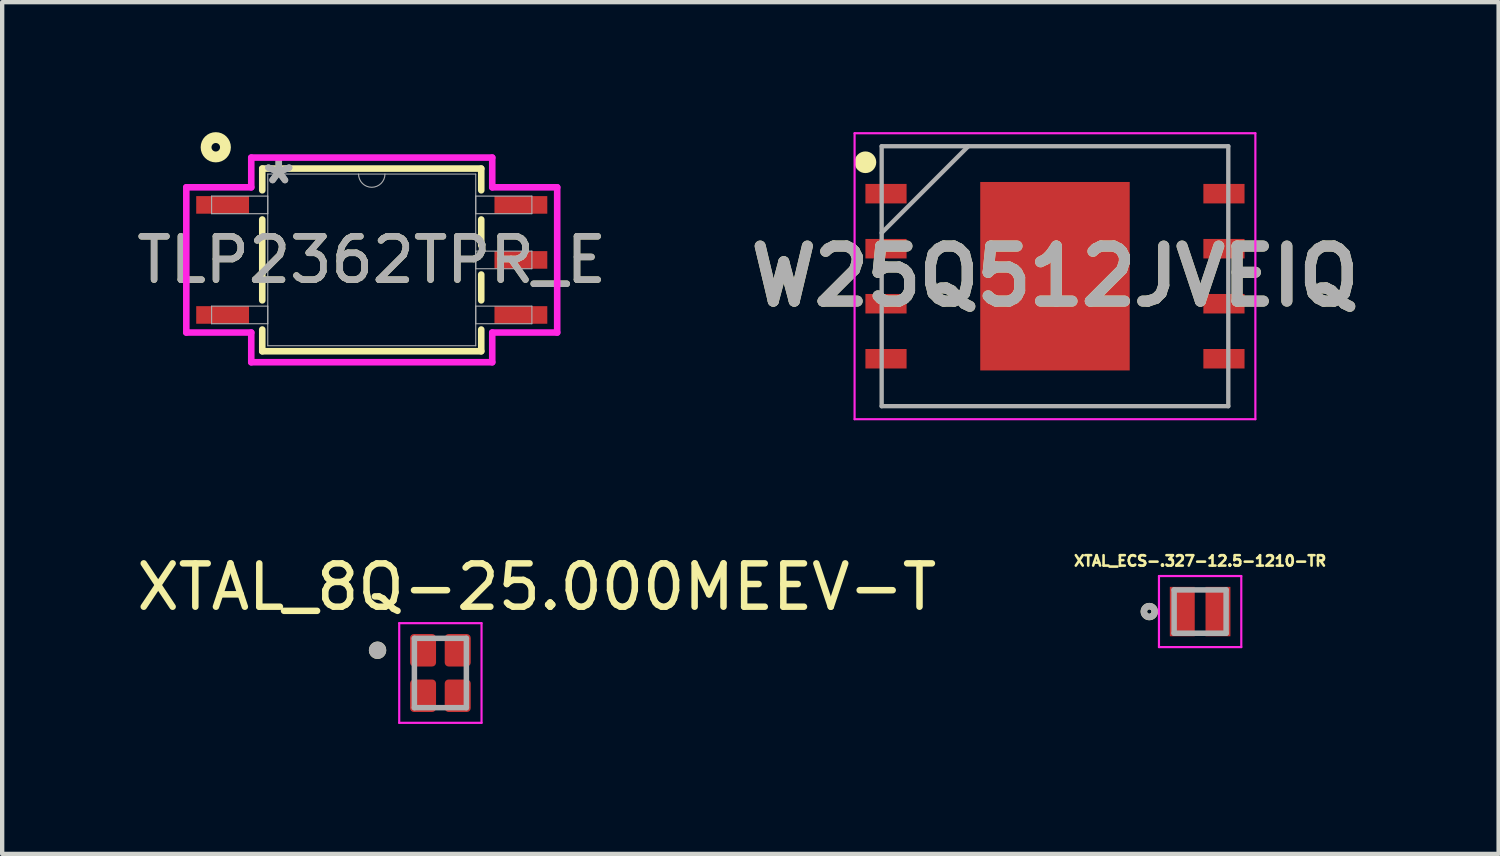
<source format=kicad_pcb>
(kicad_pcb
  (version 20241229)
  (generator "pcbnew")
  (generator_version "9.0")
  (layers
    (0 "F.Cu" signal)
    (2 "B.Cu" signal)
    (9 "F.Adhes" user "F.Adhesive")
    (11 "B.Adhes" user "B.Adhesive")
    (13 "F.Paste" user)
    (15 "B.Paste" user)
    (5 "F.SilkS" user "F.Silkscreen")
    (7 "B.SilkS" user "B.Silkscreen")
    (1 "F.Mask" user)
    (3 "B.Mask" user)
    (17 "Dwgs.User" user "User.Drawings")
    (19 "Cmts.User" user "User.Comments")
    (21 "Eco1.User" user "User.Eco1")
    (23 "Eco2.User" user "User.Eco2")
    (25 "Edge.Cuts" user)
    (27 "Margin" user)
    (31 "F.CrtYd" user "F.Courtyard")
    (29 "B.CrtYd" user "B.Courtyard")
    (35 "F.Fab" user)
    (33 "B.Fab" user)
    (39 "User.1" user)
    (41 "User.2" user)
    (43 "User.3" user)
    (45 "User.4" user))
  (footprint "W25Q512JVEIQ"
    (layer "F.Cu")
    (at 21.299 3.325)
    (property "Reference" "W25Q512JVEIQ" (at 0 0 0) (layer "F.SilkS") (effects (font (size 1.27 1.27) (thickness 0.254))))
    (attr smd)
    (fp_circle (center -4.375 -2.63) (end -4.375 -2.505) (stroke (width 0.25) (type solid)) (fill no) (layer "F.SilkS"))
    (fp_line (start -4.625 -3.3) (end 4.625 -3.3) (stroke (width 0.05) (type solid)) (layer "F.CrtYd"))
    (fp_line (start -4.625 3.3) (end -4.625 -3.3) (stroke (width 0.05) (type solid)) (layer "F.CrtYd"))
    (fp_line (start 4.625 -3.3) (end 4.625 3.3) (stroke (width 0.05) (type solid)) (layer "F.CrtYd"))
    (fp_line (start 4.625 3.3) (end -4.625 3.3) (stroke (width 0.05) (type solid)) (layer "F.CrtYd"))
    (fp_line (start -4 -3) (end 4 -3) (stroke (width 0.1) (type solid)) (layer "F.Fab"))
    (fp_line (start -4 -1) (end -2 -3) (stroke (width 0.1) (type solid)) (layer "F.Fab"))
    (fp_line (start -4 3) (end -4 -3) (stroke (width 0.1) (type solid)) (layer "F.Fab"))
    (fp_line (start 4 -3) (end 4 3) (stroke (width 0.1) (type solid)) (layer "F.Fab"))
    (fp_line (start 4 3) (end -4 3) (stroke (width 0.1) (type solid)) (layer "F.Fab"))
    (fp_text user "${REFERENCE}" (at 0 0 0) (layer "F.Fab") (effects (font (size 1.27 1.27) (thickness 0.254))))
    (pad "1" smd rect (at -3.9 -1.905 90) (size 0.45 0.95) (layers "F.Cu" "F.Mask" "F.Paste"))
    (pad "2" smd rect (at -3.9 -0.635 90) (size 0.45 0.95) (layers "F.Cu" "F.Mask" "F.Paste"))
    (pad "3" smd rect (at -3.9 0.635 90) (size 0.45 0.95) (layers "F.Cu" "F.Mask" "F.Paste"))
    (pad "4" smd rect (at -3.9 1.905 90) (size 0.45 0.95) (layers "F.Cu" "F.Mask" "F.Paste"))
    (pad "5" smd rect (at 3.9 1.905 90) (size 0.45 0.95) (layers "F.Cu" "F.Mask" "F.Paste"))
    (pad "6" smd rect (at 3.9 0.635 90) (size 0.45 0.95) (layers "F.Cu" "F.Mask" "F.Paste"))
    (pad "7" smd rect (at 3.9 -0.635 90) (size 0.45 0.95) (layers "F.Cu" "F.Mask" "F.Paste"))
    (pad "8" smd rect (at 3.9 -1.905 90) (size 0.45 0.95) (layers "F.Cu" "F.Mask" "F.Paste"))
    (pad "9" smd rect (at 0 0) (size 3.45 4.35) (layers "F.Cu" "F.Mask" "F.Paste")))
  (footprint "TLP2362TPR_E"
    (layer "F.Cu")
    (at 5.53 2.949)
    (property "Reference" "TLP2362TPR_E" (at 0 0 0) (unlocked yes) (layer "F.SilkS") (effects (font (size 1 1) (thickness 0.15))))
    (attr smd)
    (fp_line (start -2.527 -2.108) (end -2.527 -1.607) (stroke (width 0.152) (type solid)) (layer "F.SilkS"))
    (fp_line (start -2.527 -0.933) (end -2.527 0.933) (stroke (width 0.152) (type solid)) (layer "F.SilkS"))
    (fp_line (start -2.527 1.607) (end -2.527 2.108) (stroke (width 0.152) (type solid)) (layer "F.SilkS"))
    (fp_line (start -2.527 2.108) (end 2.527 2.108) (stroke (width 0.152) (type solid)) (layer "F.SilkS"))
    (fp_line (start 2.527 -2.108) (end -2.527 -2.108) (stroke (width 0.152) (type solid)) (layer "F.SilkS"))
    (fp_line (start 2.527 -1.607) (end 2.527 -2.108) (stroke (width 0.152) (type solid)) (layer "F.SilkS"))
    (fp_line (start 2.527 -0.337) (end 2.527 -0.933) (stroke (width 0.152) (type solid)) (layer "F.SilkS"))
    (fp_line (start 2.527 0.933) (end 2.527 0.337) (stroke (width 0.152) (type solid)) (layer "F.SilkS"))
    (fp_line (start 2.527 2.108) (end 2.527 1.607) (stroke (width 0.152) (type solid)) (layer "F.SilkS"))
    (fp_circle (center -3.6 -2.6) (end -3.5 -2.4) (stroke (width 0.25) (type solid)) (fill no) (layer "F.SilkS"))
    (fp_line (start -4.28 -1.676) (end -2.781 -1.676) (stroke (width 0.152) (type solid)) (layer "F.CrtYd"))
    (fp_line (start -4.28 1.676) (end -4.28 -1.676) (stroke (width 0.152) (type solid)) (layer "F.CrtYd"))
    (fp_line (start -2.781 -2.362) (end 2.781 -2.362) (stroke (width 0.152) (type solid)) (layer "F.CrtYd"))
    (fp_line (start -2.781 -1.676) (end -2.781 -2.362) (stroke (width 0.152) (type solid)) (layer "F.CrtYd"))
    (fp_line (start -2.781 1.676) (end -4.28 1.676) (stroke (width 0.152) (type solid)) (layer "F.CrtYd"))
    (fp_line (start -2.781 2.362) (end -2.781 1.676) (stroke (width 0.152) (type solid)) (layer "F.CrtYd"))
    (fp_line (start 2.781 -2.362) (end 2.781 -1.676) (stroke (width 0.152) (type solid)) (layer "F.CrtYd"))
    (fp_line (start 2.781 -1.676) (end 4.28 -1.676) (stroke (width 0.152) (type solid)) (layer "F.CrtYd"))
    (fp_line (start 2.781 1.676) (end 2.781 2.362) (stroke (width 0.152) (type solid)) (layer "F.CrtYd"))
    (fp_line (start 2.781 2.362) (end -2.781 2.362) (stroke (width 0.152) (type solid)) (layer "F.CrtYd"))
    (fp_line (start 4.28 -1.676) (end 4.28 1.676) (stroke (width 0.152) (type solid)) (layer "F.CrtYd"))
    (fp_line (start 4.28 1.676) (end 2.781 1.676) (stroke (width 0.152) (type solid)) (layer "F.CrtYd"))
    (fp_line (start -3.696 -1.473) (end -3.696 -1.067) (stroke (width 0.025) (type solid)) (layer "F.Fab"))
    (fp_line (start -3.696 -1.067) (end -2.4 -1.067) (stroke (width 0.025) (type solid)) (layer "F.Fab"))
    (fp_line (start -3.696 1.067) (end -3.696 1.473) (stroke (width 0.025) (type solid)) (layer "F.Fab"))
    (fp_line (start -3.696 1.473) (end -2.4 1.473) (stroke (width 0.025) (type solid)) (layer "F.Fab"))
    (fp_line (start -2.4 -1.981) (end -2.4 1.981) (stroke (width 0.025) (type solid)) (layer "F.Fab"))
    (fp_line (start -2.4 -1.473) (end -3.696 -1.473) (stroke (width 0.025) (type solid)) (layer "F.Fab"))
    (fp_line (start -2.4 -1.067) (end -2.4 -1.473) (stroke (width 0.025) (type solid)) (layer "F.Fab"))
    (fp_line (start -2.4 1.067) (end -3.696 1.067) (stroke (width 0.025) (type solid)) (layer "F.Fab"))
    (fp_line (start -2.4 1.473) (end -2.4 1.067) (stroke (width 0.025) (type solid)) (layer "F.Fab"))
    (fp_line (start -2.4 1.981) (end 2.4 1.981) (stroke (width 0.025) (type solid)) (layer "F.Fab"))
    (fp_line (start 2.4 -1.981) (end -2.4 -1.981) (stroke (width 0.025) (type solid)) (layer "F.Fab"))
    (fp_line (start 2.4 -1.473) (end 2.4 -1.067) (stroke (width 0.025) (type solid)) (layer "F.Fab"))
    (fp_line (start 2.4 -1.067) (end 3.696 -1.067) (stroke (width 0.025) (type solid)) (layer "F.Fab"))
    (fp_line (start 2.4 -0.203) (end 2.4 0.203) (stroke (width 0.025) (type solid)) (layer "F.Fab"))
    (fp_line (start 2.4 0.203) (end 3.696 0.203) (stroke (width 0.025) (type solid)) (layer "F.Fab"))
    (fp_line (start 2.4 1.067) (end 2.4 1.473) (stroke (width 0.025) (type solid)) (layer "F.Fab"))
    (fp_line (start 2.4 1.473) (end 3.696 1.473) (stroke (width 0.025) (type solid)) (layer "F.Fab"))
    (fp_line (start 2.4 1.981) (end 2.4 -1.981) (stroke (width 0.025) (type solid)) (layer "F.Fab"))
    (fp_line (start 3.696 -1.473) (end 2.4 -1.473) (stroke (width 0.025) (type solid)) (layer "F.Fab"))
    (fp_line (start 3.696 -1.067) (end 3.696 -1.473) (stroke (width 0.025) (type solid)) (layer "F.Fab"))
    (fp_line (start 3.696 -0.203) (end 2.4 -0.203) (stroke (width 0.025) (type solid)) (layer "F.Fab"))
    (fp_line (start 3.696 0.203) (end 3.696 -0.203) (stroke (width 0.025) (type solid)) (layer "F.Fab"))
    (fp_line (start 3.696 1.067) (end 2.4 1.067) (stroke (width 0.025) (type solid)) (layer "F.Fab"))
    (fp_line (start 3.696 1.473) (end 3.696 1.067) (stroke (width 0.025) (type solid)) (layer "F.Fab"))
    (fp_arc (start 0.3048 -1.9812) (mid 0 -1.6764) (end -0.3048 -1.9812) (stroke (width 0.0254) (type solid)) (layer "F.Fab"))
    (fp_text user "${REFERENCE}" (at 0 0 0) (unlocked yes) (layer "F.Fab") (effects (font (size 1 1) (thickness 0.15))))
    (fp_text user "*" (at -2.146 -1.727 0) (layer "F.Fab") (effects (font (size 1 1) (thickness 0.15))))
    (fp_text user "*" (at -2.146 -1.727 0) (unlocked yes) (layer "F.Fab") (effects (font (size 1 1) (thickness 0.15))))
    (pad "1" smd rect (at -3.442 -1.27) (size 1.219 0.406) (layers "F.Cu" "F.Mask" "F.Paste"))
    (pad "3" smd rect (at -3.442 1.27) (size 1.219 0.406) (layers "F.Cu" "F.Mask" "F.Paste"))
    (pad "4" smd rect (at 3.442 1.27) (size 1.219 0.406) (layers "F.Cu" "F.Mask" "F.Paste"))
    (pad "5" smd rect (at 3.442 0) (size 1.219 0.406) (layers "F.Cu" "F.Mask" "F.Paste"))
    (pad "6" smd rect (at 3.442 -1.27) (size 1.219 0.406) (layers "F.Cu" "F.Mask" "F.Paste")))
  (footprint "XTAL_8Q-25.000MEEV-T"
    (layer "F.Cu")
    (at 7.114 12.483)
    (property "Reference" "XTAL_8Q-25.000MEEV-T" (at 2.225 -1.985 0) (layer "F.SilkS") (effects (font (size 1 1) (thickness 0.15))))
    (attr smd)
    (fp_circle (center -1.45 -0.525) (end -1.35 -0.525) (stroke (width 0.2) (type solid)) (fill no) (layer "F.SilkS"))
    (fp_line (start -0.95 -1.15) (end -0.95 1.15) (stroke (width 0.05) (type solid)) (layer "F.CrtYd"))
    (fp_line (start -0.95 -1.15) (end 0.95 -1.15) (stroke (width 0.05) (type solid)) (layer "F.CrtYd"))
    (fp_line (start 0.95 -1.15) (end 0.95 1.15) (stroke (width 0.05) (type solid)) (layer "F.CrtYd"))
    (fp_line (start 0.95 1.15) (end -0.95 1.15) (stroke (width 0.05) (type solid)) (layer "F.CrtYd"))
    (fp_line (start -0.6 -0.8) (end -0.6 0.8) (stroke (width 0.127) (type solid)) (layer "F.Fab"))
    (fp_line (start -0.6 -0.8) (end 0.6 -0.8) (stroke (width 0.127) (type solid)) (layer "F.Fab"))
    (fp_line (start 0.6 -0.8) (end 0.6 0.8) (stroke (width 0.127) (type solid)) (layer "F.Fab"))
    (fp_line (start 0.6 0.8) (end -0.6 0.8) (stroke (width 0.127) (type solid)) (layer "F.Fab"))
    (fp_circle (center -1.45 -0.525) (end -1.35 -0.525) (stroke (width 0.2) (type solid)) (fill no) (layer "F.Fab"))
    (pad "1" smd roundrect (at -0.4 -0.525) (size 0.6 0.75) (layers "F.Cu" "F.Mask" "F.Paste") (roundrect_rratio 0.15))
    (pad "2" smd roundrect (at -0.4 0.525) (size 0.6 0.75) (layers "F.Cu" "F.Mask" "F.Paste") (roundrect_rratio 0.15))
    (pad "3" smd roundrect (at 0.4 0.525) (size 0.6 0.75) (layers "F.Cu" "F.Mask" "F.Paste") (roundrect_rratio 0.15))
    (pad "4" smd roundrect (at 0.4 -0.525) (size 0.6 0.75) (layers "F.Cu" "F.Mask" "F.Paste") (roundrect_rratio 0.15)))
  (footprint "XTAL_ECS-.327-12.5-1210-TR"
    (layer "F.Cu")
    (at 24.649 11.065)
    (property "Reference" "XTAL_ECS-.327-12.5-1210-TR" (at 0 -1.169 0) (layer "F.SilkS") (effects (font (size 0.24 0.24) (thickness 0.15))))
    (attr smd)
    (fp_circle (center -1.173 0) (end -1.123 0) (stroke (width 0.15) (type solid)) (fill no) (layer "F.SilkS"))
    (fp_line (start -0.95 -0.82) (end -0.95 0.82) (stroke (width 0.05) (type solid)) (layer "F.CrtYd"))
    (fp_line (start -0.95 0.82) (end 0.95 0.82) (stroke (width 0.05) (type solid)) (layer "F.CrtYd"))
    (fp_line (start 0.95 -0.82) (end -0.95 -0.82) (stroke (width 0.05) (type solid)) (layer "F.CrtYd"))
    (fp_line (start 0.95 0.82) (end 0.95 -0.82) (stroke (width 0.05) (type solid)) (layer "F.CrtYd"))
    (fp_line (start -0.6 -0.5) (end 0.6 -0.5) (stroke (width 0.127) (type solid)) (layer "F.Fab"))
    (fp_line (start -0.6 0.5) (end -0.6 -0.5) (stroke (width 0.127) (type solid)) (layer "F.Fab"))
    (fp_line (start 0.6 -0.5) (end 0.6 0.5) (stroke (width 0.127) (type solid)) (layer "F.Fab"))
    (fp_line (start 0.6 0.5) (end -0.6 0.5) (stroke (width 0.127) (type solid)) (layer "F.Fab"))
    (fp_circle (center -1.173 0) (end -1.123 0) (stroke (width 0.15) (type solid)) (fill no) (layer "F.Fab"))
    (pad "1" smd rect (at -0.412 0) (size 0.575 1.14) (layers "F.Cu" "F.Mask" "F.Paste"))
    (pad "2" smd rect (at 0.412 0) (size 0.575 1.14) (layers "F.Cu" "F.Mask" "F.Paste")))
  (gr_rect
    (start -3 -3)
    (end 31.538 16.658)
    (stroke (width 0.1) (type default))
    (fill no)
    (layer "Edge.Cuts")))
</source>
